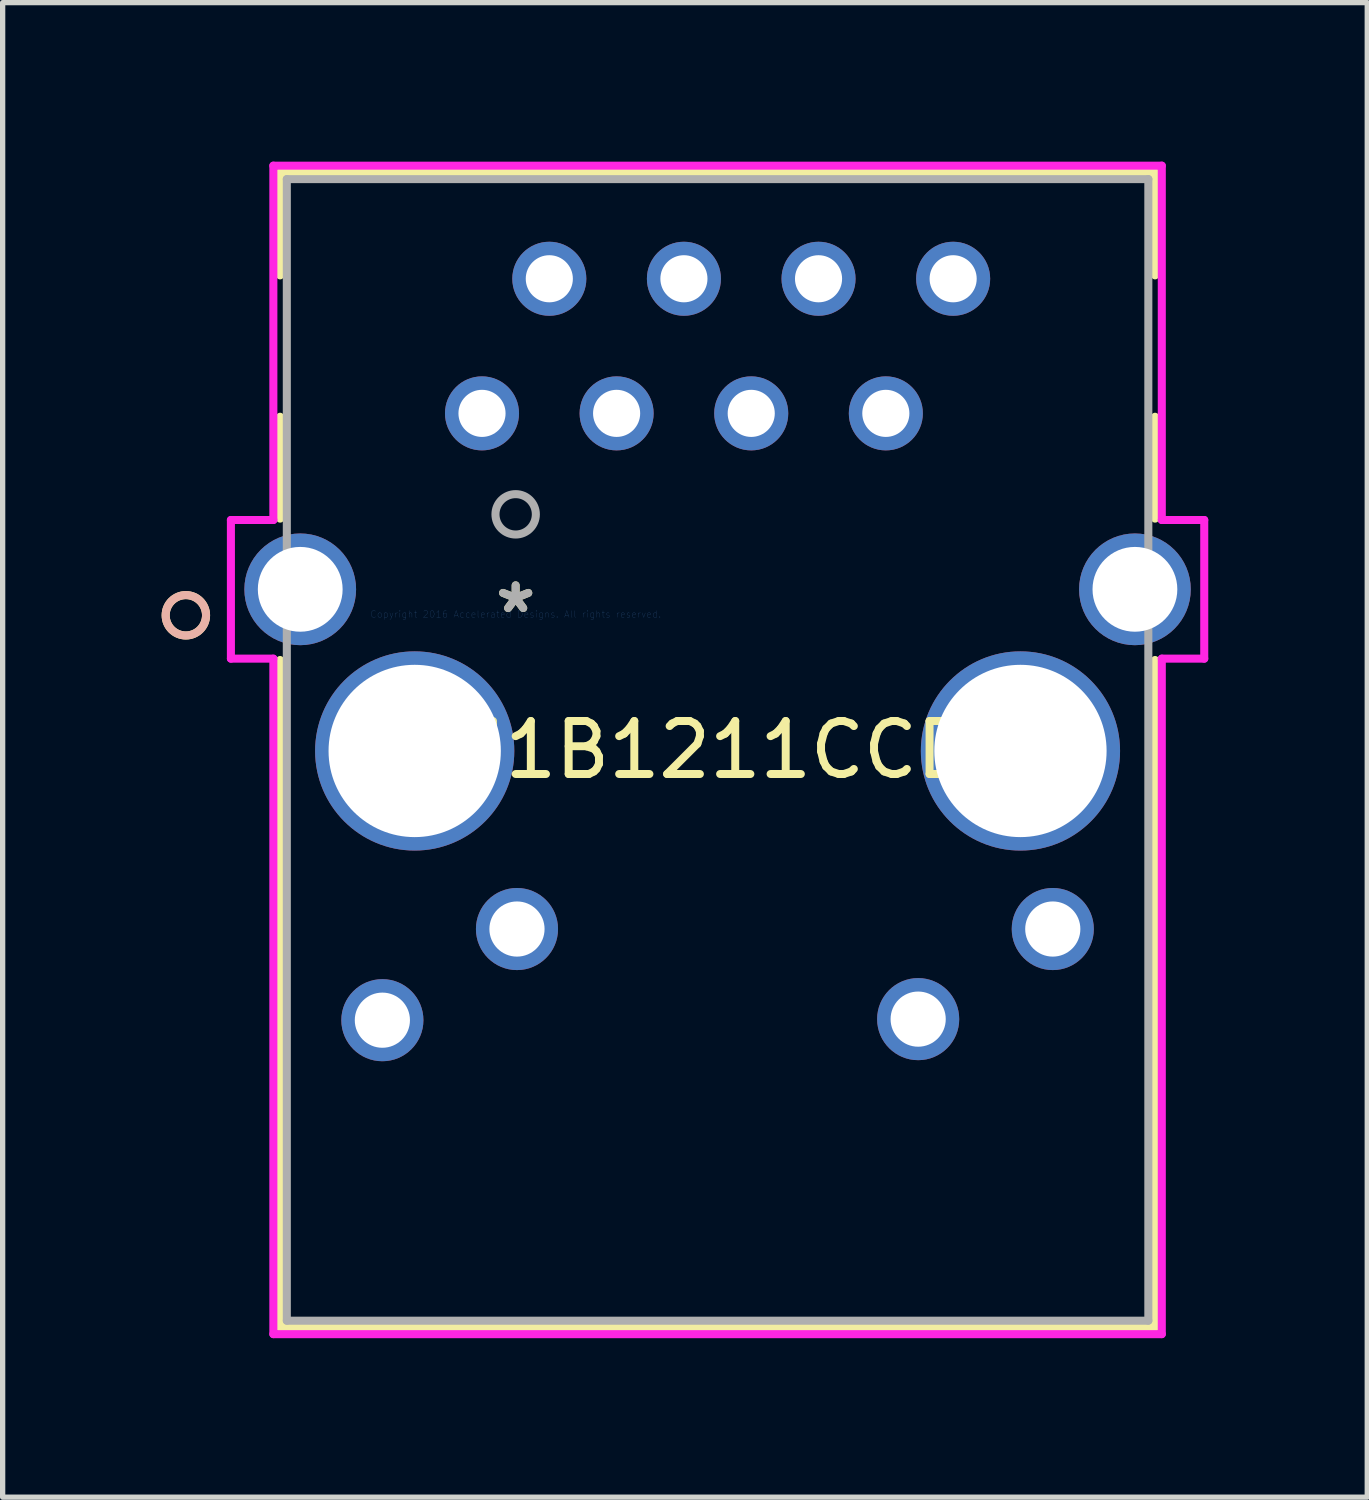
<source format=kicad_pcb>
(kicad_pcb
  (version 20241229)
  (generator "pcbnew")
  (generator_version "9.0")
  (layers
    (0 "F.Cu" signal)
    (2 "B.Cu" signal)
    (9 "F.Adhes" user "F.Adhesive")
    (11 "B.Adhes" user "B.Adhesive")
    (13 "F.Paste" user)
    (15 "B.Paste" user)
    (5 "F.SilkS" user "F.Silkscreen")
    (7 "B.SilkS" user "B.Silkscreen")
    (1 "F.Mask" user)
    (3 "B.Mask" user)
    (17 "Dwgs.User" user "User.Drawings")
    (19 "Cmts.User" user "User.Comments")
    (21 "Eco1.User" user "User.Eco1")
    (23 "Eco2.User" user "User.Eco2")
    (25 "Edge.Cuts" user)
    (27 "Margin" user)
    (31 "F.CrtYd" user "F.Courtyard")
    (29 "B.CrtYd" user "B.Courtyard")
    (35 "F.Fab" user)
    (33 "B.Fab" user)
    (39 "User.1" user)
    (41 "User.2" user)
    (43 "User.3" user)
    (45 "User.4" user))
  (footprint "J1B1211CCD"
    (layer "F.Cu")
    (at 6.68 8.54)
    (property "Reference" "J1B1211CCD" (at 3.81 2.56 0) (layer "F.SilkS") (effects (font (size 1 1) (thickness 0.15))))
    (attr through_hole)
    (fp_line (start -4.445 -8.337) (end -4.445 -6.394) (stroke (width 0.152) (type solid)) (layer "F.SilkS"))
    (fp_line (start -4.445 -3.726) (end -4.445 -1.804) (stroke (width 0.152) (type solid)) (layer "F.SilkS"))
    (fp_line (start -4.445 0.864) (end -4.445 13.457) (stroke (width 0.152) (type solid)) (layer "F.SilkS"))
    (fp_line (start -4.445 13.457) (end 12.065 13.457) (stroke (width 0.152) (type solid)) (layer "F.SilkS"))
    (fp_line (start 12.065 -8.337) (end -4.445 -8.337) (stroke (width 0.152) (type solid)) (layer "F.SilkS"))
    (fp_line (start 12.065 -6.394) (end 12.065 -8.337) (stroke (width 0.152) (type solid)) (layer "F.SilkS"))
    (fp_line (start 12.065 -1.804) (end 12.065 -3.726) (stroke (width 0.152) (type solid)) (layer "F.SilkS"))
    (fp_line (start 12.065 13.457) (end 12.065 0.864) (stroke (width 0.152) (type solid)) (layer "F.SilkS"))
    (fp_circle (center -6.223 0.02) (end -5.842 0.02) (stroke (width 0.152) (type solid)) (fill no) (layer "F.SilkS"))
    (fp_circle (center -6.223 0.02) (end -5.842 0.02) (stroke (width 0.152) (type solid)) (fill no) (layer "B.SilkS"))
    (fp_line (start -5.373 -1.778) (end -5.373 0.838) (stroke (width 0.152) (type solid)) (layer "F.CrtYd"))
    (fp_line (start -5.373 0.838) (end -4.572 0.838) (stroke (width 0.152) (type solid)) (layer "F.CrtYd"))
    (fp_line (start -4.572 -8.464) (end -4.572 -1.778) (stroke (width 0.152) (type solid)) (layer "F.CrtYd"))
    (fp_line (start -4.572 -1.778) (end -5.373 -1.778) (stroke (width 0.152) (type solid)) (layer "F.CrtYd"))
    (fp_line (start -4.572 0.838) (end -4.572 13.584) (stroke (width 0.152) (type solid)) (layer "F.CrtYd"))
    (fp_line (start -4.572 13.584) (end 12.192 13.584) (stroke (width 0.152) (type solid)) (layer "F.CrtYd"))
    (fp_line (start 12.192 -8.464) (end -4.572 -8.464) (stroke (width 0.152) (type solid)) (layer "F.CrtYd"))
    (fp_line (start 12.192 -1.778) (end 12.192 -8.464) (stroke (width 0.152) (type solid)) (layer "F.CrtYd"))
    (fp_line (start 12.192 0.838) (end 12.993 0.838) (stroke (width 0.152) (type solid)) (layer "F.CrtYd"))
    (fp_line (start 12.192 13.584) (end 12.192 0.838) (stroke (width 0.152) (type solid)) (layer "F.CrtYd"))
    (fp_line (start 12.993 -1.778) (end 12.192 -1.778) (stroke (width 0.152) (type solid)) (layer "F.CrtYd"))
    (fp_line (start 12.993 0.838) (end 12.993 -1.778) (stroke (width 0.152) (type solid)) (layer "F.CrtYd"))
    (fp_line (start -4.318 -8.21) (end -4.318 13.33) (stroke (width 0.152) (type solid)) (layer "F.Fab"))
    (fp_line (start -4.318 13.33) (end 11.938 13.33) (stroke (width 0.152) (type solid)) (layer "F.Fab"))
    (fp_line (start 11.938 -8.21) (end -4.318 -8.21) (stroke (width 0.152) (type solid)) (layer "F.Fab"))
    (fp_line (start 11.938 13.33) (end 11.938 -8.21) (stroke (width 0.152) (type solid)) (layer "F.Fab"))
    (fp_circle (center 0 -1.885) (end 0.381 -1.885) (stroke (width 0.152) (type solid)) (fill no) (layer "F.Fab"))
    (fp_text user "*" (at 0 0 0) (layer "F.SilkS") (effects (font (size 1 1) (thickness 0.15))))
    (fp_text user "Copyright 2016 Accelerated Designs. All rights reserved." (at 0 0 0) (layer "Cmts.User") (effects (font (size 0.127 0.127) (thickness 0.002))))
    (fp_text user "*" (at 0 0 0) (layer "F.Fab") (effects (font (size 1 1) (thickness 0.15))))
    (pad "1" thru_hole circle (at -0.635 -3.79) (size 1.397 1.397) (drill 0.889) (layers "*.Cu" "*.Mask"))
    (pad "2" thru_hole circle (at 0.635 -6.33) (size 1.397 1.397) (drill 0.889) (layers "*.Cu" "*.Mask"))
    (pad "3" thru_hole circle (at 1.905 -3.79) (size 1.397 1.397) (drill 0.889) (layers "*.Cu" "*.Mask"))
    (pad "4" thru_hole circle (at 3.175 -6.33) (size 1.397 1.397) (drill 0.889) (layers "*.Cu" "*.Mask"))
    (pad "5" thru_hole circle (at 4.445 -3.79) (size 1.397 1.397) (drill 0.889) (layers "*.Cu" "*.Mask"))
    (pad "6" thru_hole circle (at 5.715 -6.33) (size 1.397 1.397) (drill 0.889) (layers "*.Cu" "*.Mask"))
    (pad "7" thru_hole circle (at 6.985 -3.79) (size 1.397 1.397) (drill 0.889) (layers "*.Cu" "*.Mask"))
    (pad "8" thru_hole circle (at 8.255 -6.33) (size 1.397 1.397) (drill 0.889) (layers "*.Cu" "*.Mask"))
    (pad "9" thru_hole circle (at -2.515 7.66) (size 1.549 1.549) (drill 1.041) (layers "*.Cu" "*.Mask"))
    (pad "10" thru_hole circle (at 0.025 5.94) (size 1.549 1.549) (drill 1.041) (layers "*.Cu" "*.Mask"))
    (pad "11" thru_hole circle (at 7.595 7.64) (size 1.549 1.549) (drill 1.041) (layers "*.Cu" "*.Mask"))
    (pad "12" thru_hole circle (at 10.135 5.94) (size 1.549 1.549) (drill 1.041) (layers "*.Cu" "*.Mask"))
    (pad "13" thru_hole circle (at -4.065 -0.47 90) (size 2.108 2.108) (drill 1.6) (layers "*.Cu" "*.Mask"))
    (pad "14" thru_hole circle (at -1.905 2.58 90) (size 3.759 3.759) (drill 3.251) (layers "*.Cu" "*.Mask"))
    (pad "15" thru_hole circle (at 9.525 2.58 90) (size 3.759 3.759) (drill 3.251) (layers "*.Cu" "*.Mask"))
    (pad "16" thru_hole circle (at 11.685 -0.47 90) (size 2.108 2.108) (drill 1.6) (layers "*.Cu" "*.Mask")))
  (gr_rect
    (start -3 -3)
    (end 22.749 25.2)
    (stroke (width 0.1) (type default))
    (fill no)
    (layer "Edge.Cuts")))
</source>
